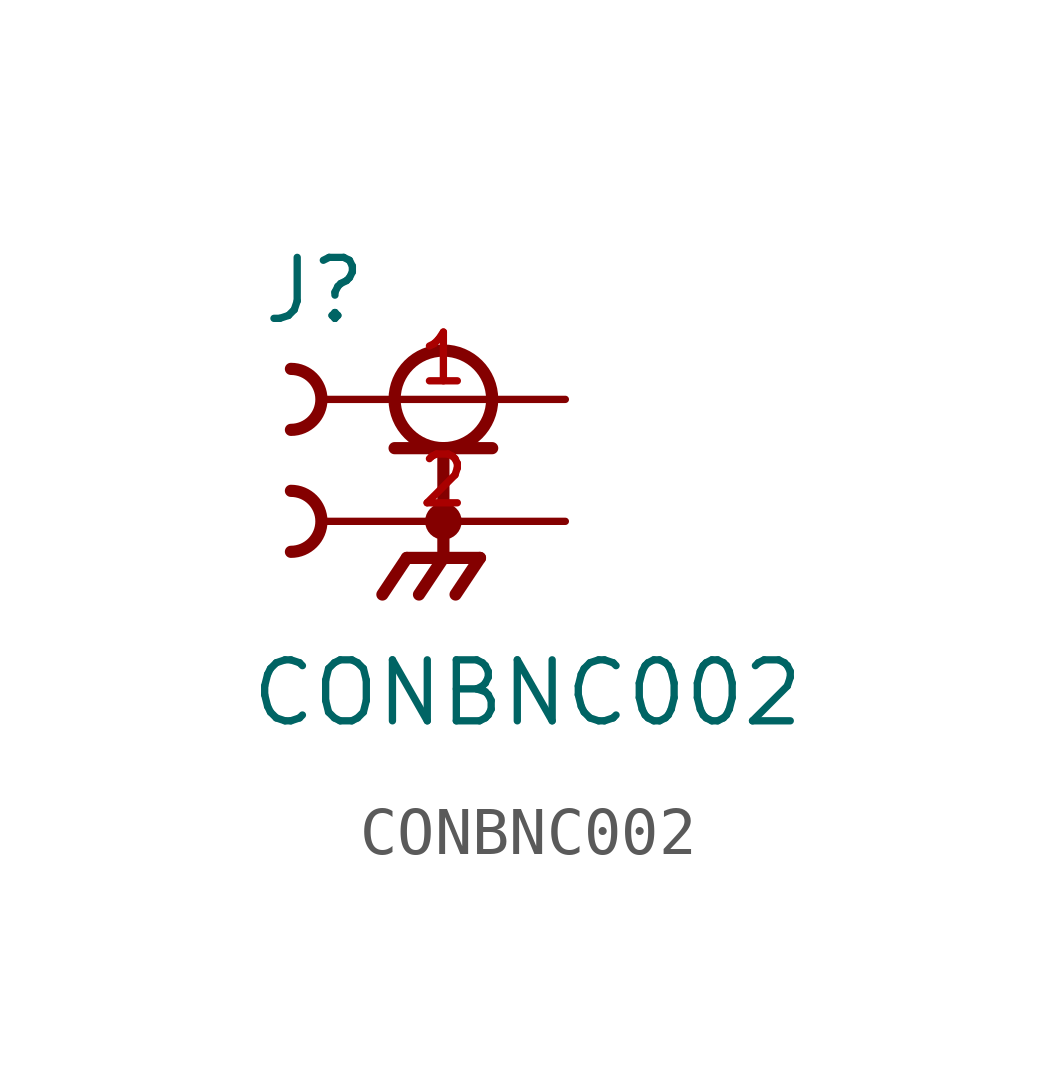
<source format=kicad_sym>
(kicad_symbol_lib
  (version 20211014)
  (generator kicad_symbol_editor)
  (symbol "CONBNC002"
    (pin_names
      (offset 1.016))
    (property "Reference" "J"
      (at -3.81 1.524 0)
      (effects (font (size 1.27 1.27)) (justify bottom left)))
    (property "Value" "CONBNC002"
      (at -4.064 -6.858 0)
      (effects (font (size 1.27 1.27)) (justify bottom left)))
    (symbol "CONBNC002_0_0"
      (circle (center 0.0 0.0) (radius 1.016) (stroke (width 0.254)) (fill (type none)))
      (polyline (pts (xy -1.016 -1.016) (xy 0.0 -1.016)) (stroke (width 0.254)))
      (polyline (pts (xy 0.0 -1.016) (xy 1.016 -1.016)) (stroke (width 0.254)))
      (polyline (pts (xy 0.0 -1.016) (xy 0.0 -3.302)) (stroke (width 0.254)))
      (circle (center 0.0 -2.54) (radius 0.254) (stroke (width 0.254)) (fill (type none)))
      (polyline (pts (xy 0.0 -3.302) (xy -0.762 -3.302)) (stroke (width 0.254)))
      (polyline (pts (xy 0.0 -3.302) (xy 0.762 -3.302)) (stroke (width 0.254)))
      (polyline (pts (xy -0.762 -3.302) (xy -1.27 -4.064)) (stroke (width 0.254)))
      (polyline (pts (xy 0.0 -3.302) (xy -0.508 -4.064)) (stroke (width 0.254)))
      (polyline (pts (xy 0.762 -3.302) (xy 0.254 -4.064)) (stroke (width 0.254)))
      (arc (start -3.175 0.635) (mid -2.54 -0.0) (end -3.175 -0.635) (stroke (width 0.254) (type default) (color 0 0 0 0)) (fill (type none)))
      (arc (start -3.175 -1.905) (mid -2.54 -2.54) (end -3.175 -3.175) (stroke (width 0.254) (type default) (color 0 0 0 0)) (fill (type none)))
      (pin passive line (at 2.54 0.0 180.0) (length 5.08) (name "~" (effects (font (size 1.016 1.016)))) (number "1" (effects (font (size 1.016 1.016)))))
      (pin passive line (at 2.54 -2.54 180.0) (length 5.08) (name "~" (effects (font (size 1.016 1.016)))) (number "2" (effects (font (size 1.016 1.016)))))
      (pin passive line (at 2.54 -2.54 180.0) (length 5.08) hide (name "~" (effects (font (size 1.016 1.016)))) (number "S1" (effects (font (size 1.016 1.016)))))
      (pin passive line (at 2.54 -2.54 180.0) (length 5.08) hide (name "~" (effects (font (size 1.016 1.016)))) (number "S2" (effects (font (size 1.016 1.016))))))))
</source>
